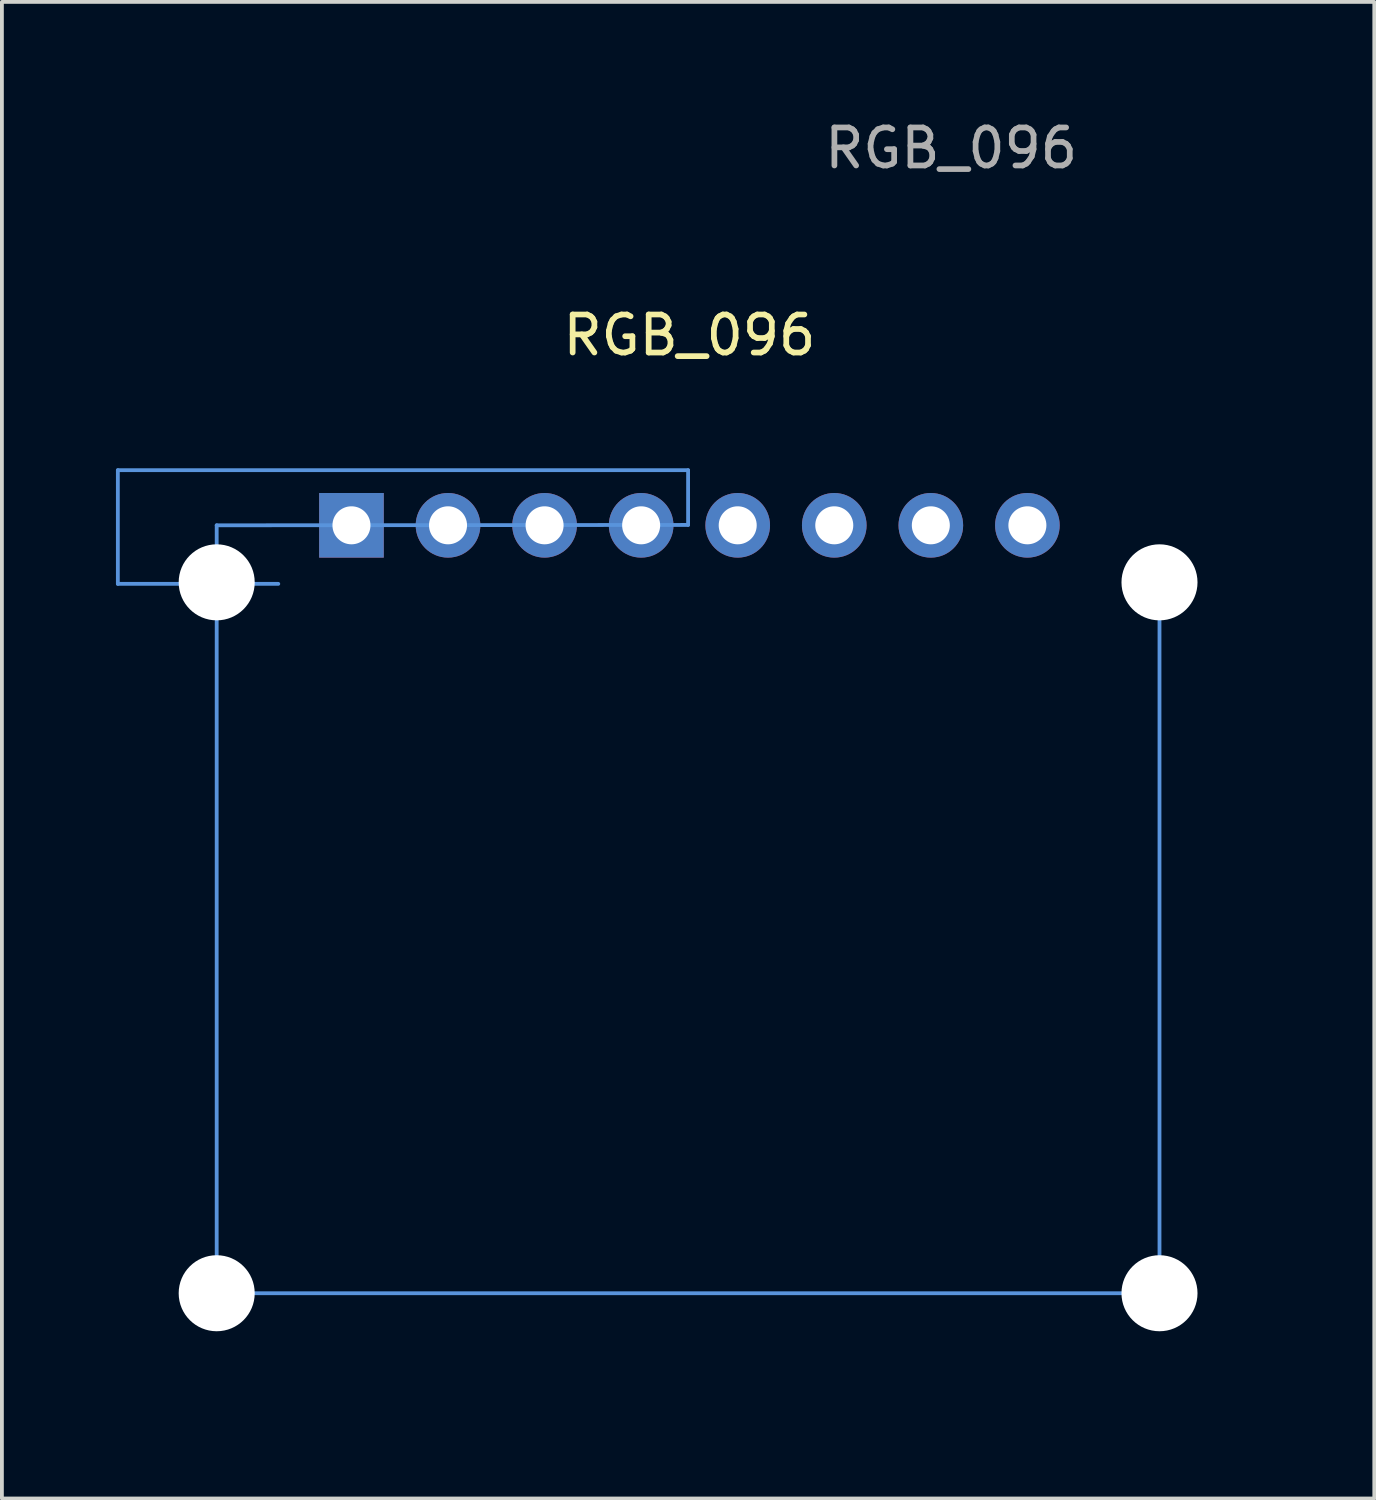
<source format=kicad_pcb>
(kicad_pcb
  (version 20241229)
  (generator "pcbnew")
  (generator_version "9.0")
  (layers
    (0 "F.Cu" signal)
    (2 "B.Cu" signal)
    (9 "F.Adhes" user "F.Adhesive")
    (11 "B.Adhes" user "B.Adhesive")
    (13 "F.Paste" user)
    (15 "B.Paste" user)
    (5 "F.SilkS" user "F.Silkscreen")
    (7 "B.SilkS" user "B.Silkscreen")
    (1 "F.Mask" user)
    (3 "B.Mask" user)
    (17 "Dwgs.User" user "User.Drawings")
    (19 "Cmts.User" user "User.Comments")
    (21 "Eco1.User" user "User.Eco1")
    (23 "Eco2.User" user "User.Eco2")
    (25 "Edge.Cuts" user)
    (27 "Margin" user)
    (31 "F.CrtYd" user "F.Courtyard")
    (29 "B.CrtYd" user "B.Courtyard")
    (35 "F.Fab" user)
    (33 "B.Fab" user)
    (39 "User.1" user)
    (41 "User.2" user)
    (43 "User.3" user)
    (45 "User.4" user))
  (footprint "RGB_096"
    (layer "F.Cu")
    (at 15.05 10.768)
    (property "Reference" "RGB_096" (at 0.035 -5 0) (layer "F.SilkS") (effects (font (size 1 1) (thickness 0.15))))
    (attr through_hole)
    (fp_line (start -15 -1.45) (end -15 1.54) (stroke (width 0.1) (type default)) (layer "Cmts.User"))
    (fp_line (start -15 1.54) (end -10.78 1.54) (stroke (width 0.1) (type default)) (layer "Cmts.User"))
    (fp_line (start -12.4 0) (end -12.4 1.5) (stroke (width 0.1) (type default)) (layer "Cmts.User"))
    (fp_line (start -12.4 1.5) (end -12.4 20.2) (stroke (width 0.1) (type default)) (layer "Cmts.User"))
    (fp_line (start -12.4 20.2) (end 12.4 20.2) (stroke (width 0.1) (type default)) (layer "Cmts.User"))
    (fp_line (start 0 -1.45) (end -15 -1.45) (stroke (width 0.1) (type default)) (layer "Cmts.User"))
    (fp_line (start 0 -0.01) (end -12.4 0) (stroke (width 0.1) (type default)) (layer "Cmts.User"))
    (fp_line (start 0 -0.01) (end 0 -1.45) (stroke (width 0.1) (type default)) (layer "Cmts.User"))
    (fp_line (start 12.4 1.5) (end 12.4 20.2) (stroke (width 0.1) (type default)) (layer "Cmts.User"))
    (fp_rect (start -15 -1.45) (end 15 22.55) (stroke (width 0.1) (type default)) (fill no) (layer "Eco1.User"))
    (fp_text user "${REFERENCE}" (at 6.92 -9.92 0) (layer "F.Fab") (effects (font (size 1 1) (thickness 0.15))))
    (pad "" np_thru_hole circle (at -12.4 1.5) (size 2 2) (drill 2) (layers "*.Cu" "*.Mask"))
    (pad "" np_thru_hole circle (at -12.4 20.2) (size 2 2) (drill 2) (layers "*.Cu" "*.Mask"))
    (pad "" np_thru_hole circle (at 12.4 1.5) (size 2 2) (drill 2) (layers "*.Cu" "*.Mask"))
    (pad "" np_thru_hole circle (at 12.4 20.2) (size 2 2) (drill 2) (layers "*.Cu" "*.Mask"))
    (pad "1" thru_hole rect (at -8.855 0) (size 1.7 1.7) (drill 1) (layers "*.Cu" "*.Mask"))
    (pad "2" thru_hole circle (at -6.315 0) (size 1.7 1.7) (drill 1) (layers "*.Cu" "*.Mask"))
    (pad "3" thru_hole circle (at -3.775 0) (size 1.7 1.7) (drill 1) (layers "*.Cu" "*.Mask"))
    (pad "4" thru_hole circle (at -1.235 0) (size 1.7 1.7) (drill 1) (layers "*.Cu" "*.Mask"))
    (pad "5" thru_hole circle (at 1.305 0) (size 1.7 1.7) (drill 1) (layers "*.Cu" "*.Mask"))
    (pad "6" thru_hole circle (at 3.845 0) (size 1.7 1.7) (drill 1) (layers "*.Cu" "*.Mask"))
    (pad "7" thru_hole circle (at 6.385 0) (size 1.7 1.7) (drill 1) (layers "*.Cu" "*.Mask"))
    (pad "8" thru_hole circle (at 8.925 0) (size 1.7 1.7) (drill 1) (layers "*.Cu" "*.Mask")))
  (gr_rect
    (start -3 -3)
    (end 33.1 36.368)
    (stroke (width 0.1) (type default))
    (fill no)
    (layer "Edge.Cuts")))
</source>
